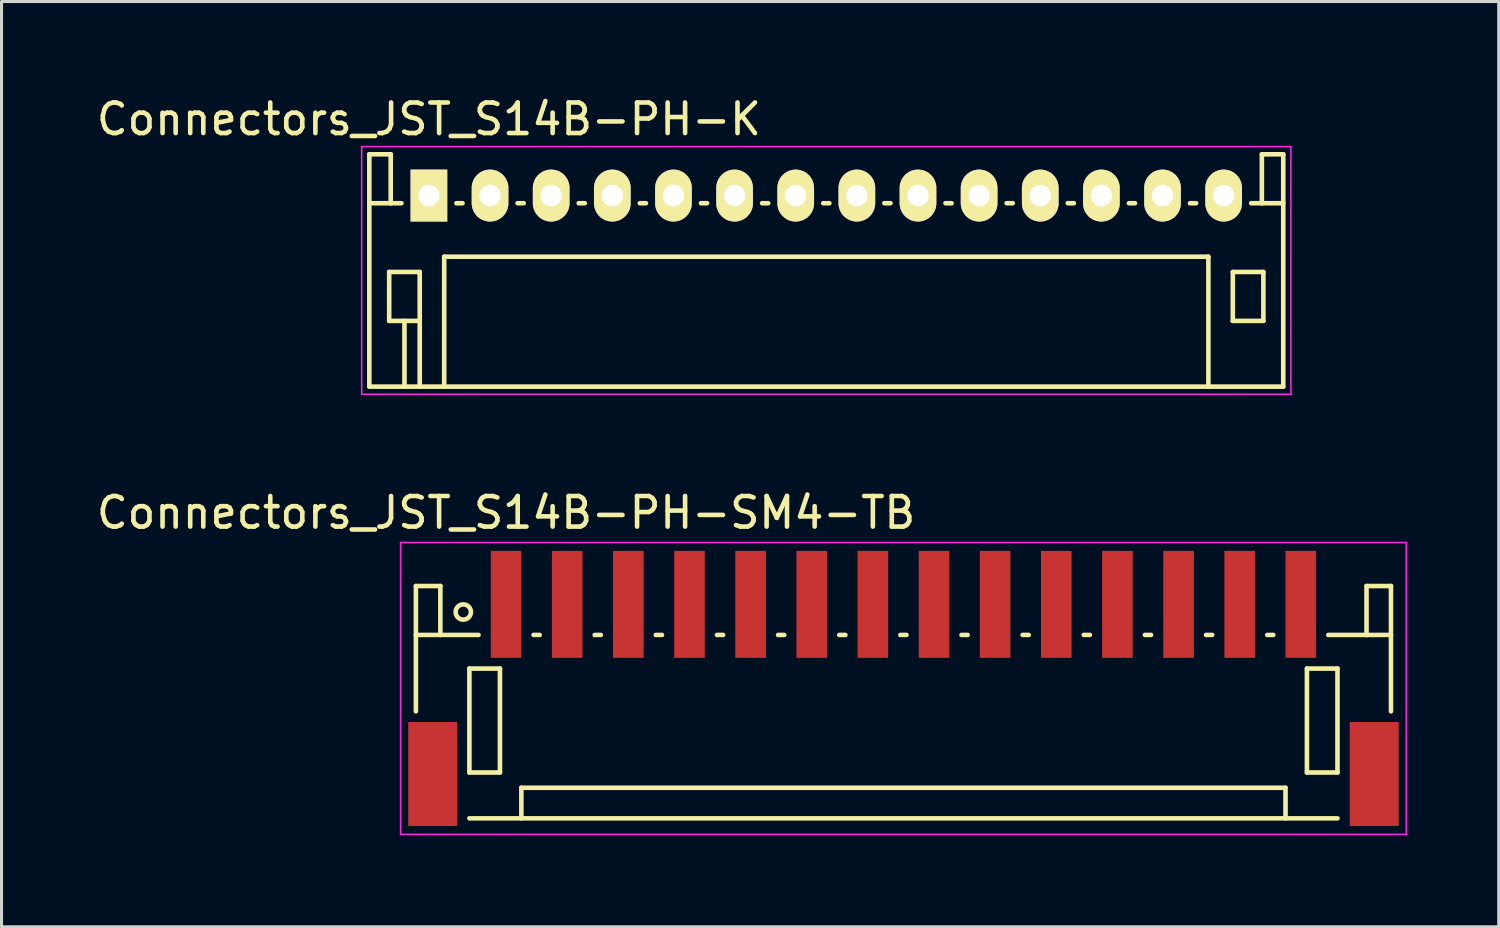
<source format=kicad_pcb>
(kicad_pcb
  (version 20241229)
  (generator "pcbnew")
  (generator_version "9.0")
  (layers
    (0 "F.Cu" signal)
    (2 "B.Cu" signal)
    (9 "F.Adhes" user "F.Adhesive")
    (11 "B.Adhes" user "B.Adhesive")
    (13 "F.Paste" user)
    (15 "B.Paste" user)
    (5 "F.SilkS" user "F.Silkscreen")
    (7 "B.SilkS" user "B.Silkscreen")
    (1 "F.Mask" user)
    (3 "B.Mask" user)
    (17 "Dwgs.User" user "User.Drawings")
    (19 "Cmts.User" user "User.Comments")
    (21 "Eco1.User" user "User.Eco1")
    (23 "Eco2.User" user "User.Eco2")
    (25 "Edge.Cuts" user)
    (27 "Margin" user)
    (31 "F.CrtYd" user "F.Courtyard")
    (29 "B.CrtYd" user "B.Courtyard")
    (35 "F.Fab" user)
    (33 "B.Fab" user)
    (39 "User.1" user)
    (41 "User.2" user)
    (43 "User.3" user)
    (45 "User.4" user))
  (footprint "Connectors_JST_S14B-PH-SM4-TB"
    (layer "F.Cu")
    (at 26.506 19.497)
    (property "Reference" "Connectors_JST_S14B-PH-SM4-TB" (at -13 -5.775 0) (layer "F.SilkS") (effects (font (size 1 1) (thickness 0.15))))
    (attr smd)
    (fp_line (start -15.95 -3.375) (end -15.95 0.725) (stroke (width 0.15) (type solid)) (layer "F.SilkS"))
    (fp_line (start -15.15 -3.375) (end -15.95 -3.375) (stroke (width 0.15) (type solid)) (layer "F.SilkS"))
    (fp_line (start -15.15 -1.775) (end -15.95 -1.775) (stroke (width 0.15) (type solid)) (layer "F.SilkS"))
    (fp_line (start -15.15 -1.775) (end -15.15 -3.375) (stroke (width 0.15) (type solid)) (layer "F.SilkS"))
    (fp_line (start -14.2 -0.675) (end -14.2 2.725) (stroke (width 0.15) (type solid)) (layer "F.SilkS"))
    (fp_line (start -14.2 2.725) (end -13.2 2.725) (stroke (width 0.15) (type solid)) (layer "F.SilkS"))
    (fp_line (start -14.2 4.225) (end 14.2 4.225) (stroke (width 0.15) (type solid)) (layer "F.SilkS"))
    (fp_line (start -13.9 -1.775) (end -15.15 -1.775) (stroke (width 0.15) (type solid)) (layer "F.SilkS"))
    (fp_line (start -13.2 -0.675) (end -14.2 -0.675) (stroke (width 0.15) (type solid)) (layer "F.SilkS"))
    (fp_line (start -13.2 2.725) (end -13.2 -0.675) (stroke (width 0.15) (type solid)) (layer "F.SilkS"))
    (fp_line (start -12.5 3.225) (end 12.5 3.225) (stroke (width 0.15) (type solid)) (layer "F.SilkS"))
    (fp_line (start -12.5 4.225) (end -12.5 3.225) (stroke (width 0.15) (type solid)) (layer "F.SilkS"))
    (fp_line (start -12.1 -1.775) (end -11.9 -1.775) (stroke (width 0.15) (type solid)) (layer "F.SilkS"))
    (fp_line (start -10.1 -1.775) (end -9.9 -1.775) (stroke (width 0.15) (type solid)) (layer "F.SilkS"))
    (fp_line (start -8.1 -1.775) (end -7.9 -1.775) (stroke (width 0.15) (type solid)) (layer "F.SilkS"))
    (fp_line (start -6.1 -1.775) (end -5.9 -1.775) (stroke (width 0.15) (type solid)) (layer "F.SilkS"))
    (fp_line (start -4.1 -1.775) (end -3.9 -1.775) (stroke (width 0.15) (type solid)) (layer "F.SilkS"))
    (fp_line (start -2.1 -1.775) (end -1.9 -1.775) (stroke (width 0.15) (type solid)) (layer "F.SilkS"))
    (fp_line (start -0.1 -1.775) (end 0.1 -1.775) (stroke (width 0.15) (type solid)) (layer "F.SilkS"))
    (fp_line (start 1.9 -1.775) (end 2.1 -1.775) (stroke (width 0.15) (type solid)) (layer "F.SilkS"))
    (fp_line (start 3.9 -1.775) (end 4.1 -1.775) (stroke (width 0.15) (type solid)) (layer "F.SilkS"))
    (fp_line (start 5.9 -1.775) (end 6.1 -1.775) (stroke (width 0.15) (type solid)) (layer "F.SilkS"))
    (fp_line (start 7.9 -1.775) (end 8.1 -1.775) (stroke (width 0.15) (type solid)) (layer "F.SilkS"))
    (fp_line (start 9.9 -1.775) (end 10.1 -1.775) (stroke (width 0.15) (type solid)) (layer "F.SilkS"))
    (fp_line (start 11.9 -1.775) (end 12.1 -1.775) (stroke (width 0.15) (type solid)) (layer "F.SilkS"))
    (fp_line (start 12.5 3.225) (end 12.5 4.225) (stroke (width 0.15) (type solid)) (layer "F.SilkS"))
    (fp_line (start 13.2 -0.675) (end 14.2 -0.675) (stroke (width 0.15) (type solid)) (layer "F.SilkS"))
    (fp_line (start 13.2 2.725) (end 13.2 -0.675) (stroke (width 0.15) (type solid)) (layer "F.SilkS"))
    (fp_line (start 13.9 -1.775) (end 15.15 -1.775) (stroke (width 0.15) (type solid)) (layer "F.SilkS"))
    (fp_line (start 14.2 -0.675) (end 14.2 2.725) (stroke (width 0.15) (type solid)) (layer "F.SilkS"))
    (fp_line (start 14.2 2.725) (end 13.2 2.725) (stroke (width 0.15) (type solid)) (layer "F.SilkS"))
    (fp_line (start 15.15 -3.375) (end 15.95 -3.375) (stroke (width 0.15) (type solid)) (layer "F.SilkS"))
    (fp_line (start 15.15 -1.775) (end 15.15 -3.375) (stroke (width 0.15) (type solid)) (layer "F.SilkS"))
    (fp_line (start 15.15 -1.775) (end 15.95 -1.775) (stroke (width 0.15) (type solid)) (layer "F.SilkS"))
    (fp_line (start 15.95 -3.375) (end 15.95 0.725) (stroke (width 0.15) (type solid)) (layer "F.SilkS"))
    (fp_circle (center -14.4 -2.525) (end -14.15 -2.525) (stroke (width 0.15) (type solid)) (fill no) (layer "F.SilkS"))
    (fp_line (start -16.45 -4.8) (end 16.45 -4.8) (stroke (width 0.05) (type solid)) (layer "F.CrtYd"))
    (fp_line (start -16.45 4.75) (end -16.45 -4.8) (stroke (width 0.05) (type solid)) (layer "F.CrtYd"))
    (fp_line (start 16.45 -4.8) (end 16.45 4.75) (stroke (width 0.05) (type solid)) (layer "F.CrtYd"))
    (fp_line (start 16.45 4.75) (end -16.45 4.75) (stroke (width 0.05) (type solid)) (layer "F.CrtYd"))
    (pad "" smd rect (at -15.4 2.775) (size 1.6 3.4) (layers "F.Cu" "F.Mask" "F.Paste"))
    (pad "" smd rect (at 15.4 2.775) (size 1.6 3.4) (layers "F.Cu" "F.Mask" "F.Paste"))
    (pad "1" smd rect (at -13 -2.775) (size 1 3.5) (layers "F.Cu" "F.Mask" "F.Paste"))
    (pad "2" smd rect (at -11 -2.775) (size 1 3.5) (layers "F.Cu" "F.Mask" "F.Paste"))
    (pad "3" smd rect (at -9 -2.775) (size 1 3.5) (layers "F.Cu" "F.Mask" "F.Paste"))
    (pad "4" smd rect (at -7 -2.775) (size 1 3.5) (layers "F.Cu" "F.Mask" "F.Paste"))
    (pad "5" smd rect (at -5 -2.775) (size 1 3.5) (layers "F.Cu" "F.Mask" "F.Paste"))
    (pad "6" smd rect (at -3 -2.775) (size 1 3.5) (layers "F.Cu" "F.Mask" "F.Paste"))
    (pad "7" smd rect (at -1 -2.775) (size 1 3.5) (layers "F.Cu" "F.Mask" "F.Paste"))
    (pad "8" smd rect (at 1 -2.775) (size 1 3.5) (layers "F.Cu" "F.Mask" "F.Paste"))
    (pad "9" smd rect (at 3 -2.775) (size 1 3.5) (layers "F.Cu" "F.Mask" "F.Paste"))
    (pad "10" smd rect (at 5 -2.775) (size 1 3.5) (layers "F.Cu" "F.Mask" "F.Paste"))
    (pad "11" smd rect (at 7 -2.775) (size 1 3.5) (layers "F.Cu" "F.Mask" "F.Paste"))
    (pad "12" smd rect (at 9 -2.775) (size 1 3.5) (layers "F.Cu" "F.Mask" "F.Paste"))
    (pad "13" smd rect (at 11 -2.775) (size 1 3.5) (layers "F.Cu" "F.Mask" "F.Paste"))
    (pad "14" smd rect (at 13 -2.775) (size 1 3.5) (layers "F.Cu" "F.Mask" "F.Paste")))
  (footprint "Connectors_JST_S14B-PH-K"
    (layer "F.Cu")
    (at 10.982 3.348)
    (property "Reference" "Connectors_JST_S14B-PH-K" (at 0 -2.5 0) (layer "F.SilkS") (effects (font (size 1 1) (thickness 0.15))))
    (attr through_hole)
    (fp_line (start -1.95 -1.35) (end -1.95 6.25) (stroke (width 0.15) (type solid)) (layer "F.SilkS"))
    (fp_line (start -1.95 0.25) (end -1.25 0.25) (stroke (width 0.15) (type solid)) (layer "F.SilkS"))
    (fp_line (start -1.95 6.25) (end 27.95 6.25) (stroke (width 0.15) (type solid)) (layer "F.SilkS"))
    (fp_line (start -1.3 2.5) (end -1.3 4.1) (stroke (width 0.15) (type solid)) (layer "F.SilkS"))
    (fp_line (start -1.3 4.1) (end -0.3 4.1) (stroke (width 0.15) (type solid)) (layer "F.SilkS"))
    (fp_line (start -1.25 -1.35) (end -1.95 -1.35) (stroke (width 0.15) (type solid)) (layer "F.SilkS"))
    (fp_line (start -1.25 0.25) (end -1.25 -1.35) (stroke (width 0.15) (type solid)) (layer "F.SilkS"))
    (fp_line (start -0.9 0.25) (end -1.25 0.25) (stroke (width 0.15) (type solid)) (layer "F.SilkS"))
    (fp_line (start -0.8 4.1) (end -0.8 6.25) (stroke (width 0.15) (type solid)) (layer "F.SilkS"))
    (fp_line (start -0.3 2.5) (end -1.3 2.5) (stroke (width 0.15) (type solid)) (layer "F.SilkS"))
    (fp_line (start -0.3 4.1) (end -0.3 2.5) (stroke (width 0.15) (type solid)) (layer "F.SilkS"))
    (fp_line (start -0.3 4.1) (end -0.3 6.25) (stroke (width 0.15) (type solid)) (layer "F.SilkS"))
    (fp_line (start 0.5 2) (end 25.5 2) (stroke (width 0.15) (type solid)) (layer "F.SilkS"))
    (fp_line (start 0.5 6.25) (end 0.5 2) (stroke (width 0.15) (type solid)) (layer "F.SilkS"))
    (fp_line (start 0.9 0.25) (end 1.1 0.25) (stroke (width 0.15) (type solid)) (layer "F.SilkS"))
    (fp_line (start 2.9 0.25) (end 3.1 0.25) (stroke (width 0.15) (type solid)) (layer "F.SilkS"))
    (fp_line (start 4.9 0.25) (end 5.1 0.25) (stroke (width 0.15) (type solid)) (layer "F.SilkS"))
    (fp_line (start 6.9 0.25) (end 7.1 0.25) (stroke (width 0.15) (type solid)) (layer "F.SilkS"))
    (fp_line (start 8.9 0.25) (end 9.1 0.25) (stroke (width 0.15) (type solid)) (layer "F.SilkS"))
    (fp_line (start 10.9 0.25) (end 11.1 0.25) (stroke (width 0.15) (type solid)) (layer "F.SilkS"))
    (fp_line (start 12.9 0.25) (end 13.1 0.25) (stroke (width 0.15) (type solid)) (layer "F.SilkS"))
    (fp_line (start 14.9 0.25) (end 15.1 0.25) (stroke (width 0.15) (type solid)) (layer "F.SilkS"))
    (fp_line (start 16.9 0.25) (end 17.1 0.25) (stroke (width 0.15) (type solid)) (layer "F.SilkS"))
    (fp_line (start 18.9 0.25) (end 19.1 0.25) (stroke (width 0.15) (type solid)) (layer "F.SilkS"))
    (fp_line (start 20.9 0.25) (end 21.1 0.25) (stroke (width 0.15) (type solid)) (layer "F.SilkS"))
    (fp_line (start 22.9 0.25) (end 23.1 0.25) (stroke (width 0.15) (type solid)) (layer "F.SilkS"))
    (fp_line (start 24.9 0.25) (end 25.1 0.25) (stroke (width 0.15) (type solid)) (layer "F.SilkS"))
    (fp_line (start 25.5 2) (end 25.5 6.25) (stroke (width 0.15) (type solid)) (layer "F.SilkS"))
    (fp_line (start 26.3 2.5) (end 27.3 2.5) (stroke (width 0.15) (type solid)) (layer "F.SilkS"))
    (fp_line (start 26.3 4.1) (end 26.3 2.5) (stroke (width 0.15) (type solid)) (layer "F.SilkS"))
    (fp_line (start 27.25 -1.35) (end 27.25 0.25) (stroke (width 0.15) (type solid)) (layer "F.SilkS"))
    (fp_line (start 27.25 0.25) (end 26.9 0.25) (stroke (width 0.15) (type solid)) (layer "F.SilkS"))
    (fp_line (start 27.3 2.5) (end 27.3 4.1) (stroke (width 0.15) (type solid)) (layer "F.SilkS"))
    (fp_line (start 27.3 4.1) (end 26.3 4.1) (stroke (width 0.15) (type solid)) (layer "F.SilkS"))
    (fp_line (start 27.95 -1.35) (end 27.25 -1.35) (stroke (width 0.15) (type solid)) (layer "F.SilkS"))
    (fp_line (start 27.95 0.25) (end 27.25 0.25) (stroke (width 0.15) (type solid)) (layer "F.SilkS"))
    (fp_line (start 27.95 6.25) (end 27.95 -1.35) (stroke (width 0.15) (type solid)) (layer "F.SilkS"))
    (fp_line (start -2.2 -1.6) (end 28.2 -1.6) (stroke (width 0.05) (type solid)) (layer "F.CrtYd"))
    (fp_line (start -2.2 6.5) (end -2.2 -1.6) (stroke (width 0.05) (type solid)) (layer "F.CrtYd"))
    (fp_line (start 28.2 -1.6) (end 28.2 6.5) (stroke (width 0.05) (type solid)) (layer "F.CrtYd"))
    (fp_line (start 28.2 6.5) (end -2.2 6.5) (stroke (width 0.05) (type solid)) (layer "F.CrtYd"))
    (pad "1" thru_hole rect (at 0 0) (size 1.2 1.7) (drill 0.7) (layers "*.Cu" "*.Mask" "F.SilkS"))
    (pad "2" thru_hole oval (at 2 0) (size 1.2 1.7) (drill 0.7) (layers "*.Cu" "*.Mask" "F.SilkS"))
    (pad "3" thru_hole oval (at 4 0) (size 1.2 1.7) (drill 0.7) (layers "*.Cu" "*.Mask" "F.SilkS"))
    (pad "4" thru_hole oval (at 6 0) (size 1.2 1.7) (drill 0.7) (layers "*.Cu" "*.Mask" "F.SilkS"))
    (pad "5" thru_hole oval (at 8 0) (size 1.2 1.7) (drill 0.7) (layers "*.Cu" "*.Mask" "F.SilkS"))
    (pad "6" thru_hole oval (at 10 0) (size 1.2 1.7) (drill 0.7) (layers "*.Cu" "*.Mask" "F.SilkS"))
    (pad "7" thru_hole oval (at 12 0) (size 1.2 1.7) (drill 0.7) (layers "*.Cu" "*.Mask" "F.SilkS"))
    (pad "8" thru_hole oval (at 14 0) (size 1.2 1.7) (drill 0.7) (layers "*.Cu" "*.Mask" "F.SilkS"))
    (pad "9" thru_hole oval (at 16 0) (size 1.2 1.7) (drill 0.7) (layers "*.Cu" "*.Mask" "F.SilkS"))
    (pad "10" thru_hole oval (at 18 0) (size 1.2 1.7) (drill 0.7) (layers "*.Cu" "*.Mask" "F.SilkS"))
    (pad "11" thru_hole oval (at 20 0) (size 1.2 1.7) (drill 0.7) (layers "*.Cu" "*.Mask" "F.SilkS"))
    (pad "12" thru_hole oval (at 22 0) (size 1.2 1.7) (drill 0.7) (layers "*.Cu" "*.Mask" "F.SilkS"))
    (pad "13" thru_hole oval (at 24 0) (size 1.2 1.7) (drill 0.7) (layers "*.Cu" "*.Mask" "F.SilkS"))
    (pad "14" thru_hole oval (at 26 0) (size 1.2 1.7) (drill 0.7) (layers "*.Cu" "*.Mask" "F.SilkS")))
  (gr_rect
    (start -3 -3)
    (end 45.981 27.271)
    (stroke (width 0.1) (type default))
    (fill no)
    (layer "Edge.Cuts")))
</source>
